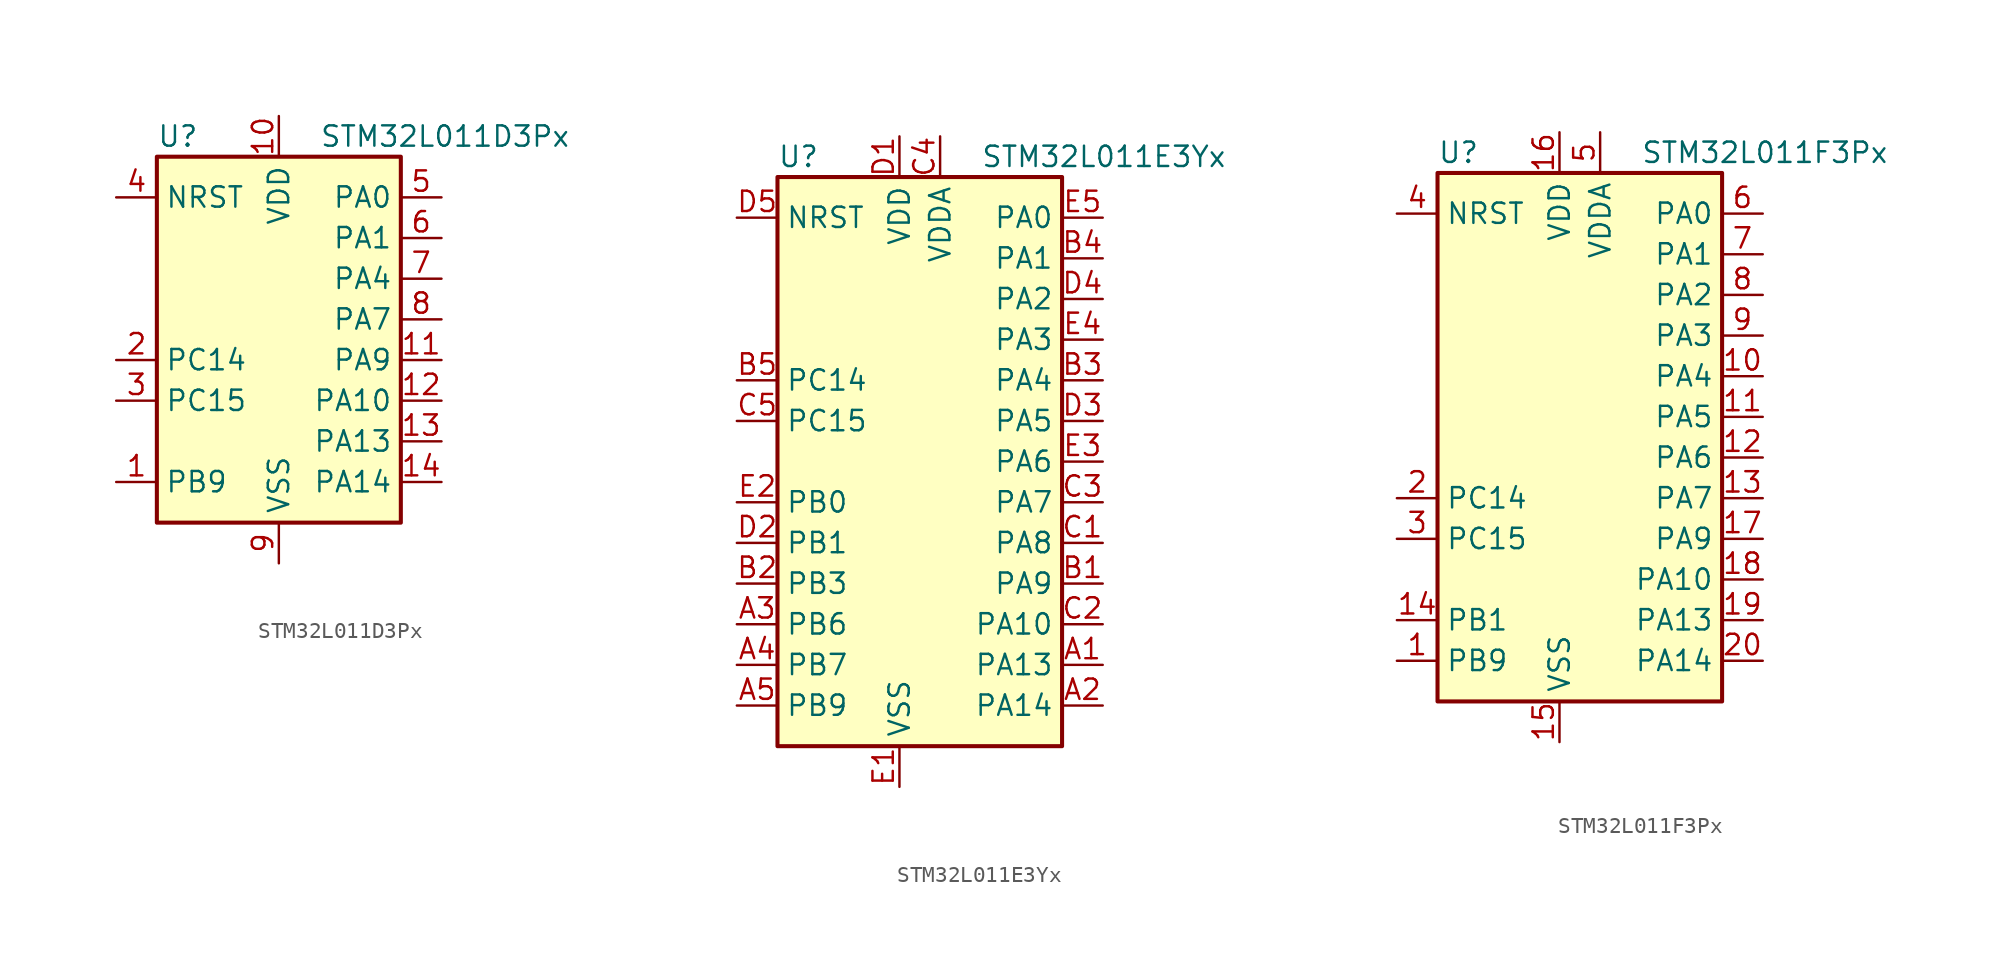
<source format=kicad_sym>
(kicad_symbol_lib
  (version 20201005)
  (generator kicad_symbol_editor)
  (symbol "STM32L011D3Px"
    (property "Reference" "U"
      (at -7.62 11.43 0)
      (effects (font (size 1.27 1.27)) (justify left)))
    (property "Value" "STM32L011D3Px"
      (at 2.54 11.43 0)
      (effects (font (size 1.27 1.27)) (justify left)))
    (symbol "STM32L011D3Px_0_1"
      (rectangle (start -7.62 -12.7) (end 7.62 10.16) (stroke (width 0.254)) (fill (type background))))
    (symbol "STM32L011D3Px_1_1"
      (pin input line (at -10.16 7.62 0) (length 2.54) (name "NRST" (effects (font (size 1.27 1.27)))) (number "4" (effects (font (size 1.27 1.27)))))
      (pin bidirectional line (at 10.16 7.62 180) (length 2.54) (name "PA0" (effects (font (size 1.27 1.27)))) (number "5" (effects (font (size 1.27 1.27)))))
      (pin bidirectional line (at 10.16 5.08 180) (length 2.54) (name "PA1" (effects (font (size 1.27 1.27)))) (number "6" (effects (font (size 1.27 1.27)))))
      (pin bidirectional line (at 10.16 -5.08 180) (length 2.54) (name "PA10" (effects (font (size 1.27 1.27)))) (number "12" (effects (font (size 1.27 1.27)))))
      (pin bidirectional line (at 10.16 -7.62 180) (length 2.54) (name "PA13" (effects (font (size 1.27 1.27)))) (number "13" (effects (font (size 1.27 1.27)))))
      (pin bidirectional line (at 10.16 -10.16 180) (length 2.54) (name "PA14" (effects (font (size 1.27 1.27)))) (number "14" (effects (font (size 1.27 1.27)))))
      (pin bidirectional line (at 10.16 2.54 180) (length 2.54) (name "PA4" (effects (font (size 1.27 1.27)))) (number "7" (effects (font (size 1.27 1.27)))))
      (pin bidirectional line (at 10.16 0 180) (length 2.54) (name "PA7" (effects (font (size 1.27 1.27)))) (number "8" (effects (font (size 1.27 1.27)))))
      (pin bidirectional line (at 10.16 -2.54 180) (length 2.54) (name "PA9" (effects (font (size 1.27 1.27)))) (number "11" (effects (font (size 1.27 1.27)))))
      (pin bidirectional line (at -10.16 -10.16 0) (length 2.54) (name "PB9" (effects (font (size 1.27 1.27)))) (number "1" (effects (font (size 1.27 1.27)))))
      (pin bidirectional line (at -10.16 -2.54 0) (length 2.54) (name "PC14" (effects (font (size 1.27 1.27)))) (number "2" (effects (font (size 1.27 1.27)))))
      (pin bidirectional line (at -10.16 -5.08 0) (length 2.54) (name "PC15" (effects (font (size 1.27 1.27)))) (number "3" (effects (font (size 1.27 1.27)))))
      (pin power_in line (at 0 12.7 270) (length 2.54) (name "VDD" (effects (font (size 1.27 1.27)))) (number "10" (effects (font (size 1.27 1.27)))))
      (pin power_in line (at 0 -15.24 90) (length 2.54) (name "VSS" (effects (font (size 1.27 1.27)))) (number "9" (effects (font (size 1.27 1.27)))))))
  (symbol "STM32L011E3Yx"
    (property "Reference" "U"
      (at -10.16 19.05 0)
      (effects (font (size 1.27 1.27)) (justify left)))
    (property "Value" "STM32L011E3Yx"
      (at 2.54 19.05 0)
      (effects (font (size 1.27 1.27)) (justify left)))
    (symbol "STM32L011E3Yx_0_1"
      (rectangle (start -10.16 -17.78) (end 7.62 17.78) (stroke (width 0.254)) (fill (type background))))
    (symbol "STM32L011E3Yx_1_1"
      (pin input line (at -12.7 15.24 0) (length 2.54) (name "NRST" (effects (font (size 1.27 1.27)))) (number "D5" (effects (font (size 1.27 1.27)))))
      (pin bidirectional line (at 10.16 15.24 180) (length 2.54) (name "PA0" (effects (font (size 1.27 1.27)))) (number "E5" (effects (font (size 1.27 1.27)))))
      (pin bidirectional line (at 10.16 12.7 180) (length 2.54) (name "PA1" (effects (font (size 1.27 1.27)))) (number "B4" (effects (font (size 1.27 1.27)))))
      (pin bidirectional line (at 10.16 -10.16 180) (length 2.54) (name "PA10" (effects (font (size 1.27 1.27)))) (number "C2" (effects (font (size 1.27 1.27)))))
      (pin bidirectional line (at 10.16 -12.7 180) (length 2.54) (name "PA13" (effects (font (size 1.27 1.27)))) (number "A1" (effects (font (size 1.27 1.27)))))
      (pin bidirectional line (at 10.16 -15.24 180) (length 2.54) (name "PA14" (effects (font (size 1.27 1.27)))) (number "A2" (effects (font (size 1.27 1.27)))))
      (pin bidirectional line (at 10.16 10.16 180) (length 2.54) (name "PA2" (effects (font (size 1.27 1.27)))) (number "D4" (effects (font (size 1.27 1.27)))))
      (pin bidirectional line (at 10.16 7.62 180) (length 2.54) (name "PA3" (effects (font (size 1.27 1.27)))) (number "E4" (effects (font (size 1.27 1.27)))))
      (pin bidirectional line (at 10.16 5.08 180) (length 2.54) (name "PA4" (effects (font (size 1.27 1.27)))) (number "B3" (effects (font (size 1.27 1.27)))))
      (pin bidirectional line (at 10.16 2.54 180) (length 2.54) (name "PA5" (effects (font (size 1.27 1.27)))) (number "D3" (effects (font (size 1.27 1.27)))))
      (pin bidirectional line (at 10.16 0 180) (length 2.54) (name "PA6" (effects (font (size 1.27 1.27)))) (number "E3" (effects (font (size 1.27 1.27)))))
      (pin bidirectional line (at 10.16 -2.54 180) (length 2.54) (name "PA7" (effects (font (size 1.27 1.27)))) (number "C3" (effects (font (size 1.27 1.27)))))
      (pin bidirectional line (at 10.16 -5.08 180) (length 2.54) (name "PA8" (effects (font (size 1.27 1.27)))) (number "C1" (effects (font (size 1.27 1.27)))))
      (pin bidirectional line (at 10.16 -7.62 180) (length 2.54) (name "PA9" (effects (font (size 1.27 1.27)))) (number "B1" (effects (font (size 1.27 1.27)))))
      (pin bidirectional line (at -12.7 -2.54 0) (length 2.54) (name "PB0" (effects (font (size 1.27 1.27)))) (number "E2" (effects (font (size 1.27 1.27)))))
      (pin bidirectional line (at -12.7 -5.08 0) (length 2.54) (name "PB1" (effects (font (size 1.27 1.27)))) (number "D2" (effects (font (size 1.27 1.27)))))
      (pin bidirectional line (at -12.7 -7.62 0) (length 2.54) (name "PB3" (effects (font (size 1.27 1.27)))) (number "B2" (effects (font (size 1.27 1.27)))))
      (pin bidirectional line (at -12.7 -10.16 0) (length 2.54) (name "PB6" (effects (font (size 1.27 1.27)))) (number "A3" (effects (font (size 1.27 1.27)))))
      (pin bidirectional line (at -12.7 -12.7 0) (length 2.54) (name "PB7" (effects (font (size 1.27 1.27)))) (number "A4" (effects (font (size 1.27 1.27)))))
      (pin bidirectional line (at -12.7 -15.24 0) (length 2.54) (name "PB9" (effects (font (size 1.27 1.27)))) (number "A5" (effects (font (size 1.27 1.27)))))
      (pin bidirectional line (at -12.7 5.08 0) (length 2.54) (name "PC14" (effects (font (size 1.27 1.27)))) (number "B5" (effects (font (size 1.27 1.27)))))
      (pin bidirectional line (at -12.7 2.54 0) (length 2.54) (name "PC15" (effects (font (size 1.27 1.27)))) (number "C5" (effects (font (size 1.27 1.27)))))
      (pin power_in line (at -2.54 20.32 270) (length 2.54) (name "VDD" (effects (font (size 1.27 1.27)))) (number "D1" (effects (font (size 1.27 1.27)))))
      (pin power_in line (at 0 20.32 270) (length 2.54) (name "VDDA" (effects (font (size 1.27 1.27)))) (number "C4" (effects (font (size 1.27 1.27)))))
      (pin power_in line (at -2.54 -20.32 90) (length 2.54) (name "VSS" (effects (font (size 1.27 1.27)))) (number "E1" (effects (font (size 1.27 1.27)))))))
  (symbol "STM32L011F3Px"
    (property "Reference" "U"
      (at -10.16 16.51 0)
      (effects (font (size 1.27 1.27)) (justify left)))
    (property "Value" "STM32L011F3Px"
      (at 2.54 16.51 0)
      (effects (font (size 1.27 1.27)) (justify left)))
    (symbol "STM32L011F3Px_0_1"
      (rectangle (start -10.16 -17.78) (end 7.62 15.24) (stroke (width 0.254)) (fill (type background))))
    (symbol "STM32L011F3Px_1_1"
      (pin input line (at -12.7 12.7 0) (length 2.54) (name "NRST" (effects (font (size 1.27 1.27)))) (number "4" (effects (font (size 1.27 1.27)))))
      (pin bidirectional line (at 10.16 12.7 180) (length 2.54) (name "PA0" (effects (font (size 1.27 1.27)))) (number "6" (effects (font (size 1.27 1.27)))))
      (pin bidirectional line (at 10.16 10.16 180) (length 2.54) (name "PA1" (effects (font (size 1.27 1.27)))) (number "7" (effects (font (size 1.27 1.27)))))
      (pin bidirectional line (at 10.16 -10.16 180) (length 2.54) (name "PA10" (effects (font (size 1.27 1.27)))) (number "18" (effects (font (size 1.27 1.27)))))
      (pin bidirectional line (at 10.16 -12.7 180) (length 2.54) (name "PA13" (effects (font (size 1.27 1.27)))) (number "19" (effects (font (size 1.27 1.27)))))
      (pin bidirectional line (at 10.16 -15.24 180) (length 2.54) (name "PA14" (effects (font (size 1.27 1.27)))) (number "20" (effects (font (size 1.27 1.27)))))
      (pin bidirectional line (at 10.16 7.62 180) (length 2.54) (name "PA2" (effects (font (size 1.27 1.27)))) (number "8" (effects (font (size 1.27 1.27)))))
      (pin bidirectional line (at 10.16 5.08 180) (length 2.54) (name "PA3" (effects (font (size 1.27 1.27)))) (number "9" (effects (font (size 1.27 1.27)))))
      (pin bidirectional line (at 10.16 2.54 180) (length 2.54) (name "PA4" (effects (font (size 1.27 1.27)))) (number "10" (effects (font (size 1.27 1.27)))))
      (pin bidirectional line (at 10.16 0 180) (length 2.54) (name "PA5" (effects (font (size 1.27 1.27)))) (number "11" (effects (font (size 1.27 1.27)))))
      (pin bidirectional line (at 10.16 -2.54 180) (length 2.54) (name "PA6" (effects (font (size 1.27 1.27)))) (number "12" (effects (font (size 1.27 1.27)))))
      (pin bidirectional line (at 10.16 -5.08 180) (length 2.54) (name "PA7" (effects (font (size 1.27 1.27)))) (number "13" (effects (font (size 1.27 1.27)))))
      (pin bidirectional line (at 10.16 -7.62 180) (length 2.54) (name "PA9" (effects (font (size 1.27 1.27)))) (number "17" (effects (font (size 1.27 1.27)))))
      (pin bidirectional line (at -12.7 -12.7 0) (length 2.54) (name "PB1" (effects (font (size 1.27 1.27)))) (number "14" (effects (font (size 1.27 1.27)))))
      (pin bidirectional line (at -12.7 -15.24 0) (length 2.54) (name "PB9" (effects (font (size 1.27 1.27)))) (number "1" (effects (font (size 1.27 1.27)))))
      (pin bidirectional line (at -12.7 -5.08 0) (length 2.54) (name "PC14" (effects (font (size 1.27 1.27)))) (number "2" (effects (font (size 1.27 1.27)))))
      (pin bidirectional line (at -12.7 -7.62 0) (length 2.54) (name "PC15" (effects (font (size 1.27 1.27)))) (number "3" (effects (font (size 1.27 1.27)))))
      (pin power_in line (at -2.54 17.78 270) (length 2.54) (name "VDD" (effects (font (size 1.27 1.27)))) (number "16" (effects (font (size 1.27 1.27)))))
      (pin power_in line (at 0 17.78 270) (length 2.54) (name "VDDA" (effects (font (size 1.27 1.27)))) (number "5" (effects (font (size 1.27 1.27)))))
      (pin power_in line (at -2.54 -20.32 90) (length 2.54) (name "VSS" (effects (font (size 1.27 1.27)))) (number "15" (effects (font (size 1.27 1.27))))))))
</source>
